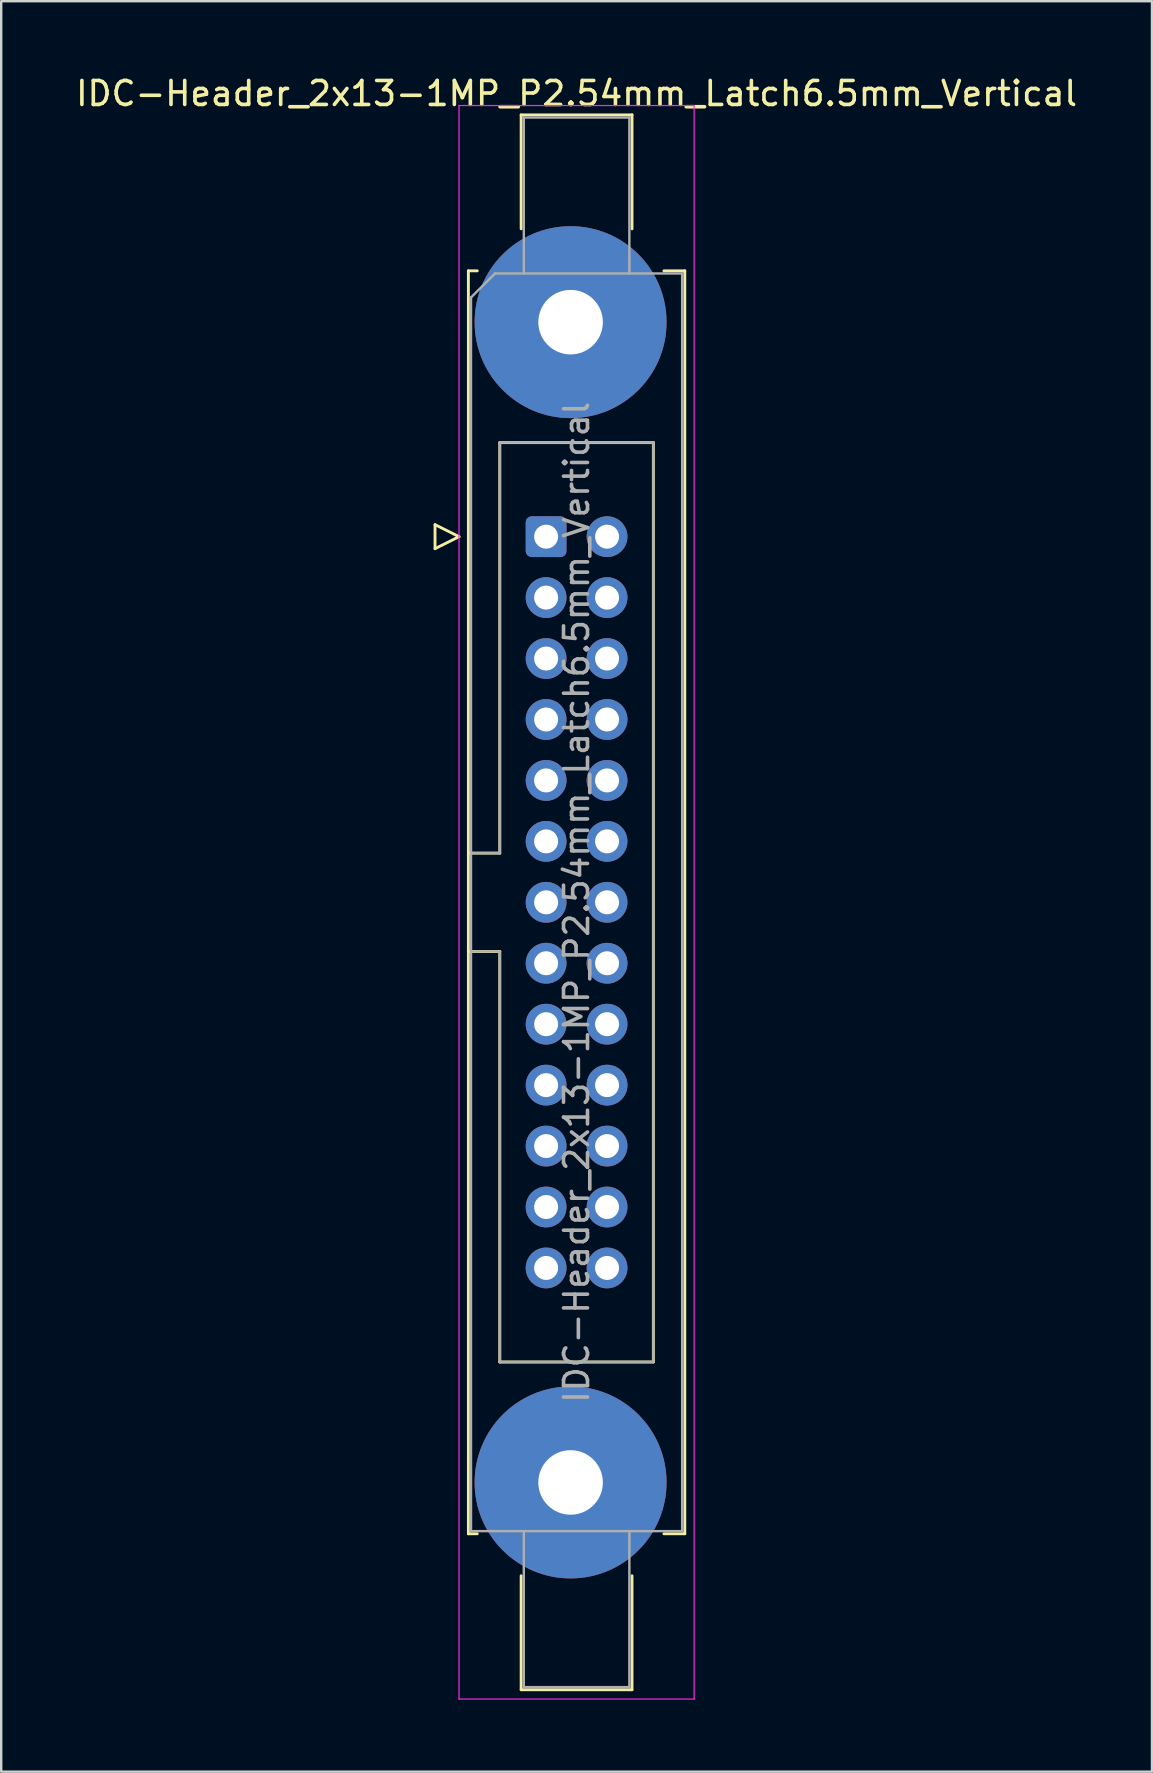
<source format=kicad_pcb>
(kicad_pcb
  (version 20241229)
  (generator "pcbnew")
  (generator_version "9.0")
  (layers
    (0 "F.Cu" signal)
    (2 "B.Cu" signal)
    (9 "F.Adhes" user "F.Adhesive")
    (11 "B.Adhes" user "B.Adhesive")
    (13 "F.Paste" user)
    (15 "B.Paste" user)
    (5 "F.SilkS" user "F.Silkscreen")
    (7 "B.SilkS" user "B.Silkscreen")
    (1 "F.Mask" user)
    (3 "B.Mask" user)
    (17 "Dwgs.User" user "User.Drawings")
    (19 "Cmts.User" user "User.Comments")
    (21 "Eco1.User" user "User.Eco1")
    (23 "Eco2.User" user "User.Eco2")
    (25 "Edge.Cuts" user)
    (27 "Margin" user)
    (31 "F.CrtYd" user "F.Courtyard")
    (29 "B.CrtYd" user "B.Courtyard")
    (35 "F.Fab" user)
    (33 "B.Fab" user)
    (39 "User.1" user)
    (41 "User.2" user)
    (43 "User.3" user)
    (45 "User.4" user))
  (footprint "IDC-Header_2x13-1MP_P2.54mm_Latch6.5mm_Vertical"
    (layer "F.Cu")
    (at 19.712 19.318)
    (property "Reference" "IDC-Header_2x13-1MP_P2.54mm_Latch6.5mm_Vertical" (at 1.27 -18.47 0) (layer "F.SilkS") (effects (font (size 1 1) (thickness 0.15))))
    (attr through_hole)
    (fp_line (start -4.63 -0.5) (end -4.63 0.5) (stroke (width 0.12) (type solid)) (layer "F.SilkS"))
    (fp_line (start -4.63 0.5) (end -3.63 0) (stroke (width 0.12) (type solid)) (layer "F.SilkS"))
    (fp_line (start -3.63 0) (end -4.63 -0.5) (stroke (width 0.12) (type solid)) (layer "F.SilkS"))
    (fp_line (start -3.24 -11.08) (end -3.24 41.56) (stroke (width 0.12) (type solid)) (layer "F.SilkS"))
    (fp_line (start -3.24 13.19) (end -1.93 13.19) (stroke (width 0.12) (type solid)) (layer "F.SilkS"))
    (fp_line (start -3.24 41.56) (end -2.87 41.56) (stroke (width 0.12) (type solid)) (layer "F.SilkS"))
    (fp_line (start -2.87 -11.08) (end -3.24 -11.08) (stroke (width 0.12) (type solid)) (layer "F.SilkS"))
    (fp_line (start -1.93 -3.92) (end 4.47 -3.92) (stroke (width 0.12) (type solid)) (layer "F.SilkS"))
    (fp_line (start -1.93 13.19) (end -1.93 -3.92) (stroke (width 0.12) (type solid)) (layer "F.SilkS"))
    (fp_line (start -1.93 17.29) (end -3.24 17.29) (stroke (width 0.12) (type solid)) (layer "F.SilkS"))
    (fp_line (start -1.93 34.4) (end -1.93 17.29) (stroke (width 0.12) (type solid)) (layer "F.SilkS"))
    (fp_line (start -1.04 -17.58) (end 3.58 -17.58) (stroke (width 0.12) (type solid)) (layer "F.SilkS"))
    (fp_line (start -1.04 -12.83) (end -1.04 -17.58) (stroke (width 0.12) (type solid)) (layer "F.SilkS"))
    (fp_line (start -1.04 43.31) (end -1.04 48.06) (stroke (width 0.12) (type solid)) (layer "F.SilkS"))
    (fp_line (start -1.04 48.06) (end 3.58 48.06) (stroke (width 0.12) (type solid)) (layer "F.SilkS"))
    (fp_line (start 3.58 -17.58) (end 3.58 -12.83) (stroke (width 0.12) (type solid)) (layer "F.SilkS"))
    (fp_line (start 3.58 48.06) (end 3.58 43.31) (stroke (width 0.12) (type solid)) (layer "F.SilkS"))
    (fp_line (start 4.47 -3.92) (end 4.47 34.4) (stroke (width 0.12) (type solid)) (layer "F.SilkS"))
    (fp_line (start 4.47 34.4) (end -1.93 34.4) (stroke (width 0.12) (type solid)) (layer "F.SilkS"))
    (fp_line (start 4.91 -11.08) (end 5.78 -11.08) (stroke (width 0.12) (type solid)) (layer "F.SilkS"))
    (fp_line (start 5.78 -11.08) (end 5.78 41.56) (stroke (width 0.12) (type solid)) (layer "F.SilkS"))
    (fp_line (start 5.78 41.56) (end 4.91 41.56) (stroke (width 0.12) (type solid)) (layer "F.SilkS"))
    (fp_line (start -3.63 -17.97) (end -3.63 48.45) (stroke (width 0.05) (type solid)) (layer "F.CrtYd"))
    (fp_line (start -3.63 48.45) (end 6.17 48.45) (stroke (width 0.05) (type solid)) (layer "F.CrtYd"))
    (fp_line (start 6.17 -17.97) (end -3.63 -17.97) (stroke (width 0.05) (type solid)) (layer "F.CrtYd"))
    (fp_line (start 6.17 48.45) (end 6.17 -17.97) (stroke (width 0.05) (type solid)) (layer "F.CrtYd"))
    (fp_line (start -3.13 -9.97) (end -2.13 -10.97) (stroke (width 0.1) (type solid)) (layer "F.Fab"))
    (fp_line (start -3.13 13.19) (end -1.93 13.19) (stroke (width 0.1) (type solid)) (layer "F.Fab"))
    (fp_line (start -3.13 41.45) (end -3.13 -9.97) (stroke (width 0.1) (type solid)) (layer "F.Fab"))
    (fp_line (start -2.13 -10.97) (end 5.67 -10.97) (stroke (width 0.1) (type solid)) (layer "F.Fab"))
    (fp_line (start -1.93 -3.92) (end 4.47 -3.92) (stroke (width 0.1) (type solid)) (layer "F.Fab"))
    (fp_line (start -1.93 13.19) (end -1.93 -3.92) (stroke (width 0.1) (type solid)) (layer "F.Fab"))
    (fp_line (start -1.93 17.29) (end -3.13 17.29) (stroke (width 0.1) (type solid)) (layer "F.Fab"))
    (fp_line (start -1.93 34.4) (end -1.93 17.29) (stroke (width 0.1) (type solid)) (layer "F.Fab"))
    (fp_line (start -0.93 -17.47) (end 3.47 -17.47) (stroke (width 0.1) (type solid)) (layer "F.Fab"))
    (fp_line (start -0.93 -10.97) (end -0.93 -17.47) (stroke (width 0.1) (type solid)) (layer "F.Fab"))
    (fp_line (start -0.93 41.45) (end -0.93 47.95) (stroke (width 0.1) (type solid)) (layer "F.Fab"))
    (fp_line (start -0.93 47.95) (end 3.47 47.95) (stroke (width 0.1) (type solid)) (layer "F.Fab"))
    (fp_line (start 3.47 -17.47) (end 3.47 -10.97) (stroke (width 0.1) (type solid)) (layer "F.Fab"))
    (fp_line (start 3.47 47.95) (end 3.47 41.45) (stroke (width 0.1) (type solid)) (layer "F.Fab"))
    (fp_line (start 4.47 -3.92) (end 4.47 34.4) (stroke (width 0.1) (type solid)) (layer "F.Fab"))
    (fp_line (start 4.47 34.4) (end -1.93 34.4) (stroke (width 0.1) (type solid)) (layer "F.Fab"))
    (fp_line (start 5.67 -10.97) (end 5.67 41.45) (stroke (width 0.1) (type solid)) (layer "F.Fab"))
    (fp_line (start 5.67 41.45) (end -3.13 41.45) (stroke (width 0.1) (type solid)) (layer "F.Fab"))
    (fp_text user "${REFERENCE}" (at 1.27 15.24 90) (layer "F.Fab") (effects (font (size 1 1) (thickness 0.15))))
    (pad "1" thru_hole roundrect (at 0 0) (size 1.7 1.7) (drill 1) (layers "*.Cu" "*.Mask") (roundrect_rratio 0.147))
    (pad "2" thru_hole circle (at 2.54 0) (size 1.7 1.7) (drill 1) (layers "*.Cu" "*.Mask"))
    (pad "3" thru_hole circle (at 0 2.54) (size 1.7 1.7) (drill 1) (layers "*.Cu" "*.Mask"))
    (pad "4" thru_hole circle (at 2.54 2.54) (size 1.7 1.7) (drill 1) (layers "*.Cu" "*.Mask"))
    (pad "5" thru_hole circle (at 0 5.08) (size 1.7 1.7) (drill 1) (layers "*.Cu" "*.Mask"))
    (pad "6" thru_hole circle (at 2.54 5.08) (size 1.7 1.7) (drill 1) (layers "*.Cu" "*.Mask"))
    (pad "7" thru_hole circle (at 0 7.62) (size 1.7 1.7) (drill 1) (layers "*.Cu" "*.Mask"))
    (pad "8" thru_hole circle (at 2.54 7.62) (size 1.7 1.7) (drill 1) (layers "*.Cu" "*.Mask"))
    (pad "9" thru_hole circle (at 0 10.16) (size 1.7 1.7) (drill 1) (layers "*.Cu" "*.Mask"))
    (pad "10" thru_hole circle (at 2.54 10.16) (size 1.7 1.7) (drill 1) (layers "*.Cu" "*.Mask"))
    (pad "11" thru_hole circle (at 0 12.7) (size 1.7 1.7) (drill 1) (layers "*.Cu" "*.Mask"))
    (pad "12" thru_hole circle (at 2.54 12.7) (size 1.7 1.7) (drill 1) (layers "*.Cu" "*.Mask"))
    (pad "13" thru_hole circle (at 0 15.24) (size 1.7 1.7) (drill 1) (layers "*.Cu" "*.Mask"))
    (pad "14" thru_hole circle (at 2.54 15.24) (size 1.7 1.7) (drill 1) (layers "*.Cu" "*.Mask"))
    (pad "15" thru_hole circle (at 0 17.78) (size 1.7 1.7) (drill 1) (layers "*.Cu" "*.Mask"))
    (pad "16" thru_hole circle (at 2.54 17.78) (size 1.7 1.7) (drill 1) (layers "*.Cu" "*.Mask"))
    (pad "17" thru_hole circle (at 0 20.32) (size 1.7 1.7) (drill 1) (layers "*.Cu" "*.Mask"))
    (pad "18" thru_hole circle (at 2.54 20.32) (size 1.7 1.7) (drill 1) (layers "*.Cu" "*.Mask"))
    (pad "19" thru_hole circle (at 0 22.86) (size 1.7 1.7) (drill 1) (layers "*.Cu" "*.Mask"))
    (pad "20" thru_hole circle (at 2.54 22.86) (size 1.7 1.7) (drill 1) (layers "*.Cu" "*.Mask"))
    (pad "21" thru_hole circle (at 0 25.4) (size 1.7 1.7) (drill 1) (layers "*.Cu" "*.Mask"))
    (pad "22" thru_hole circle (at 2.54 25.4) (size 1.7 1.7) (drill 1) (layers "*.Cu" "*.Mask"))
    (pad "23" thru_hole circle (at 0 27.94) (size 1.7 1.7) (drill 1) (layers "*.Cu" "*.Mask"))
    (pad "24" thru_hole circle (at 2.54 27.94) (size 1.7 1.7) (drill 1) (layers "*.Cu" "*.Mask"))
    (pad "25" thru_hole circle (at 0 30.48) (size 1.7 1.7) (drill 1) (layers "*.Cu" "*.Mask"))
    (pad "26" thru_hole circle (at 2.54 30.48) (size 1.7 1.7) (drill 1) (layers "*.Cu" "*.Mask"))
    (pad "MP" thru_hole circle (at 1.02 -8.94) (size 8 8) (drill 2.69) (layers "*.Cu" "*.Mask"))
    (pad "MP" thru_hole circle (at 1.02 39.42) (size 8 8) (drill 2.69) (layers "*.Cu" "*.Mask")))
  (gr_rect
    (start -3 -3)
    (end 44.964 70.793)
    (stroke (width 0.1) (type default))
    (fill no)
    (layer "Edge.Cuts")))
</source>
